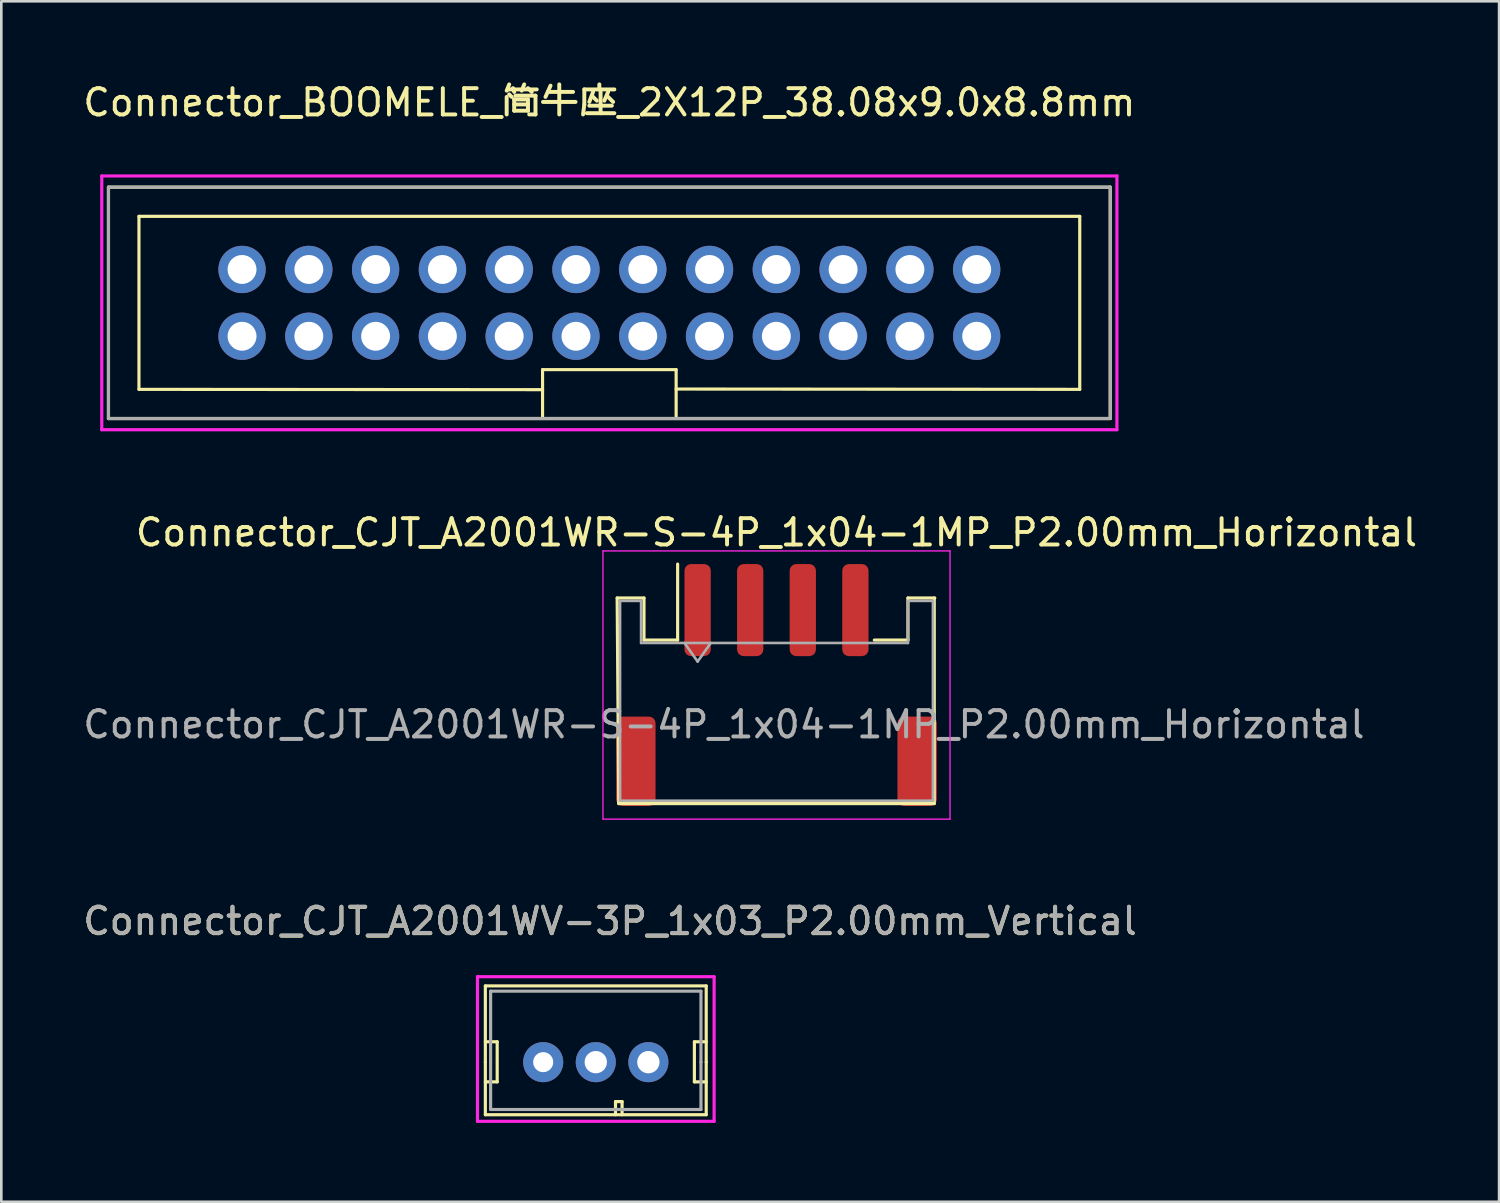
<source format=kicad_pcb>
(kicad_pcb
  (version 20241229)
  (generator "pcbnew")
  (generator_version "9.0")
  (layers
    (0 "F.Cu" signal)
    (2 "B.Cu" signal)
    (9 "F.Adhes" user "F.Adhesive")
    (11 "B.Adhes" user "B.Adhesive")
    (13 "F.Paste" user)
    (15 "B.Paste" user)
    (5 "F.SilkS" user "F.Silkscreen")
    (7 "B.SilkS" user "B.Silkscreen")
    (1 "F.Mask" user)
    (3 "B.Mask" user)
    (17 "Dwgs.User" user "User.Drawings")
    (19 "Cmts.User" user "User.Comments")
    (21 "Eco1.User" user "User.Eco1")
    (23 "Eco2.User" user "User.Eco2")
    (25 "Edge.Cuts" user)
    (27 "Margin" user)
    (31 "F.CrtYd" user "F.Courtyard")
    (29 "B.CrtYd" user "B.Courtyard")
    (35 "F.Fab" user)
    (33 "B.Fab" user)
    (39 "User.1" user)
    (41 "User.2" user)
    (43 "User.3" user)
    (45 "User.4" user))
  (footprint "Connector_CJT_A2001WV-3P_1x03_P2.00mm_Vertical"
    (layer "F.Cu")
    (at 19.609 37.346)
    (property "Reference" "Connector_CJT_A2001WV-3P_1x03_P2.00mm_Vertical" (at 0.54 -5.36 0) (layer "F.SilkS") (effects (font (size 1 1) (thickness 0.15))))
    (attr through_hole)
    (fp_line (start -4.2 -2.9) (end -4.2 0) (stroke (width 0.12) (type solid)) (layer "F.SilkS"))
    (fp_line (start -4.2 0) (end -4.2 2) (stroke (width 0.12) (type solid)) (layer "F.SilkS"))
    (fp_line (start -4.2 0.75) (end -3.75 0.75) (stroke (width 0.12) (type solid)) (layer "F.SilkS"))
    (fp_line (start -4.2 2) (end 4.2 2) (stroke (width 0.12) (type solid)) (layer "F.SilkS"))
    (fp_line (start -3.75 -0.775) (end -4.2 -0.775) (stroke (width 0.12) (type solid)) (layer "F.SilkS"))
    (fp_line (start -3.75 0.75) (end -3.75 -0.775) (stroke (width 0.12) (type solid)) (layer "F.SilkS"))
    (fp_line (start 0.75 1.5) (end 1 1.5) (stroke (width 0.12) (type solid)) (layer "F.SilkS"))
    (fp_line (start 0.75 2) (end 0.75 1.5) (stroke (width 0.12) (type solid)) (layer "F.SilkS"))
    (fp_line (start 1 1.5) (end 1 2) (stroke (width 0.12) (type solid)) (layer "F.SilkS"))
    (fp_line (start 3.75 -0.775) (end 3.75 0.75) (stroke (width 0.12) (type solid)) (layer "F.SilkS"))
    (fp_line (start 3.75 0.75) (end 4.2 0.75) (stroke (width 0.12) (type solid)) (layer "F.SilkS"))
    (fp_line (start 4.2 -2.9) (end -4.2 -2.9) (stroke (width 0.12) (type solid)) (layer "F.SilkS"))
    (fp_line (start 4.2 -0.775) (end 3.75 -0.775) (stroke (width 0.12) (type solid)) (layer "F.SilkS"))
    (fp_line (start 4.2 0) (end 4.2 -2.9) (stroke (width 0.12) (type solid)) (layer "F.SilkS"))
    (fp_line (start 4.2 2) (end 4.2 0) (stroke (width 0.12) (type solid)) (layer "F.SilkS"))
    (fp_line (start -4.5 -3.25) (end -4.5 2.25) (stroke (width 0.12) (type solid)) (layer "F.CrtYd"))
    (fp_line (start -4.5 2.25) (end 4.5 2.25) (stroke (width 0.12) (type solid)) (layer "F.CrtYd"))
    (fp_line (start 4.5 -3.25) (end -4.5 -3.25) (stroke (width 0.12) (type solid)) (layer "F.CrtYd"))
    (fp_line (start 4.5 2.25) (end 4.5 -3.25) (stroke (width 0.12) (type solid)) (layer "F.CrtYd"))
    (fp_line (start -4 -2.7) (end -4 0) (stroke (width 0.12) (type solid)) (layer "F.Fab"))
    (fp_line (start -4 1.8) (end -4 0) (stroke (width 0.12) (type solid)) (layer "F.Fab"))
    (fp_line (start -4 1.8) (end 4 1.8) (stroke (width 0.12) (type solid)) (layer "F.Fab"))
    (fp_line (start 4 -2.7) (end -4 -2.7) (stroke (width 0.12) (type solid)) (layer "F.Fab"))
    (fp_line (start 4 0) (end 4 -2.7) (stroke (width 0.12) (type solid)) (layer "F.Fab"))
    (fp_line (start 4 1.8) (end 4 0) (stroke (width 0.12) (type solid)) (layer "F.Fab"))
    (fp_text user "${REFERENCE}" (at 0.54 -5.37 0) (layer "F.Fab") (effects (font (size 1 1) (thickness 0.15))))
    (pad "1" thru_hole circle (at 2 0) (size 1.524 1.524) (drill 0.85) (layers "*.Cu" "*.Mask"))
    (pad "2" thru_hole circle (at 0 0) (size 1.524 1.524) (drill 0.85) (layers "*.Cu" "*.Mask"))
    (pad "3" thru_hole circle (at -2 0) (size 1.524 1.524) (drill 0.762) (layers "*.Cu" "*.Mask")))
  (footprint "Connector_BOOMELE_简牛座_2X12P_38.08x9.0x8.8mm"
    (layer "F.Cu")
    (at 20.125 8.468)
    (property "Reference" "Connector_BOOMELE_简牛座_2X12P_38.08x9.0x8.8mm" (at 0 -7.62 0) (layer "F.SilkS") (effects (font (size 1 1) (thickness 0.15))))
    (attr through_hole)
    (fp_line (start -19.05 -4.4) (end -19.05 4.4) (stroke (width 0.12) (type solid)) (layer "F.SilkS"))
    (fp_line (start -17.89 -3.29) (end -17.89 3.29) (stroke (width 0.12) (type solid)) (layer "F.SilkS"))
    (fp_line (start -2.54 2.54) (end 2.54 2.54) (stroke (width 0.12) (type solid)) (layer "F.SilkS"))
    (fp_line (start -2.54 3.302) (end -17.89 3.29) (stroke (width 0.12) (type solid)) (layer "F.SilkS"))
    (fp_line (start -2.54 4.318) (end -2.54 2.54) (stroke (width 0.12) (type solid)) (layer "F.SilkS"))
    (fp_line (start 2.54 2.54) (end 2.54 4.318) (stroke (width 0.12) (type solid)) (layer "F.SilkS"))
    (fp_line (start 17.89 -3.29) (end -17.89 -3.29) (stroke (width 0.12) (type solid)) (layer "F.SilkS"))
    (fp_line (start 17.89 -3.29) (end 17.89 3.29) (stroke (width 0.12) (type solid)) (layer "F.SilkS"))
    (fp_line (start 17.89 3.29) (end 2.54 3.278) (stroke (width 0.12) (type solid)) (layer "F.SilkS"))
    (fp_line (start 19.05 -4.4) (end -19.04 -4.4) (stroke (width 0.12) (type solid)) (layer "F.SilkS"))
    (fp_line (start 19.05 -4.4) (end 19.05 4.4) (stroke (width 0.12) (type solid)) (layer "F.SilkS"))
    (fp_line (start 19.05 4.4) (end -19.05 4.4) (stroke (width 0.12) (type solid)) (layer "F.SilkS"))
    (fp_line (start -19.304 -4.826) (end 19.304 -4.826) (stroke (width 0.12) (type solid)) (layer "F.CrtYd"))
    (fp_line (start -19.304 4.826) (end -19.304 -4.826) (stroke (width 0.12) (type solid)) (layer "F.CrtYd"))
    (fp_line (start 19.304 -4.826) (end 19.304 4.826) (stroke (width 0.12) (type solid)) (layer "F.CrtYd"))
    (fp_line (start 19.304 4.826) (end -19.304 4.826) (stroke (width 0.12) (type solid)) (layer "F.CrtYd"))
    (fp_line (start -19.05 -4.4) (end -19.05 4.4) (stroke (width 0.12) (type solid)) (layer "F.Fab"))
    (fp_line (start -19.05 4.4) (end 19.05 4.4) (stroke (width 0.12) (type solid)) (layer "F.Fab"))
    (fp_line (start 19.05 -4.4) (end -19.05 -4.4) (stroke (width 0.12) (type solid)) (layer "F.Fab"))
    (fp_line (start 19.05 4.4) (end 19.05 -4.4) (stroke (width 0.12) (type solid)) (layer "F.Fab"))
    (pad "1" thru_hole circle (at -13.97 1.27) (size 1.8 1.8) (drill 1.1) (layers "*.Cu" "*.Mask"))
    (pad "2" thru_hole circle (at -13.97 -1.27) (size 1.8 1.8) (drill 1.1) (layers "*.Cu" "*.Mask"))
    (pad "3" thru_hole circle (at -11.43 1.27) (size 1.8 1.8) (drill 1.1) (layers "*.Cu" "*.Mask"))
    (pad "4" thru_hole circle (at -11.43 -1.27) (size 1.8 1.8) (drill 1.1) (layers "*.Cu" "*.Mask"))
    (pad "5" thru_hole circle (at -8.89 1.27) (size 1.8 1.8) (drill 1.1) (layers "*.Cu" "*.Mask"))
    (pad "6" thru_hole circle (at -8.89 -1.27) (size 1.8 1.8) (drill 1.1) (layers "*.Cu" "*.Mask"))
    (pad "7" thru_hole circle (at -6.35 1.27) (size 1.8 1.8) (drill 1.1) (layers "*.Cu" "*.Mask"))
    (pad "8" thru_hole circle (at -6.35 -1.27) (size 1.8 1.8) (drill 1.1) (layers "*.Cu" "*.Mask"))
    (pad "9" thru_hole circle (at -3.81 1.27) (size 1.8 1.8) (drill 1.1) (layers "*.Cu" "*.Mask"))
    (pad "10" thru_hole circle (at -3.81 -1.27) (size 1.8 1.8) (drill 1.1) (layers "*.Cu" "*.Mask"))
    (pad "11" thru_hole circle (at -1.27 1.27) (size 1.8 1.8) (drill 1.1) (layers "*.Cu" "*.Mask"))
    (pad "12" thru_hole circle (at -1.27 -1.27) (size 1.8 1.8) (drill 1.1) (layers "*.Cu" "*.Mask"))
    (pad "13" thru_hole circle (at 1.27 1.27) (size 1.8 1.8) (drill 1.1) (layers "*.Cu" "*.Mask"))
    (pad "14" thru_hole circle (at 1.27 -1.27) (size 1.8 1.8) (drill 1.1) (layers "*.Cu" "*.Mask"))
    (pad "15" thru_hole circle (at 3.81 1.27) (size 1.8 1.8) (drill 1.1) (layers "*.Cu" "*.Mask"))
    (pad "16" thru_hole circle (at 3.81 -1.27) (size 1.8 1.8) (drill 1.1) (layers "*.Cu" "*.Mask"))
    (pad "17" thru_hole circle (at 6.35 1.27) (size 1.8 1.8) (drill 1.1) (layers "*.Cu" "*.Mask"))
    (pad "18" thru_hole circle (at 6.35 -1.27) (size 1.8 1.8) (drill 1.1) (layers "*.Cu" "*.Mask"))
    (pad "19" thru_hole circle (at 8.89 1.27) (size 1.8 1.8) (drill 1.1) (layers "*.Cu" "*.Mask"))
    (pad "20" thru_hole circle (at 8.89 -1.27) (size 1.8 1.8) (drill 1.1) (layers "*.Cu" "*.Mask"))
    (pad "21" thru_hole circle (at 11.43 1.27) (size 1.8 1.8) (drill 1.1) (layers "*.Cu" "*.Mask"))
    (pad "22" thru_hole circle (at 11.43 -1.27) (size 1.8 1.8) (drill 1.1) (layers "*.Cu" "*.Mask"))
    (pad "23" thru_hole circle (at 13.97 1.27) (size 1.8 1.8) (drill 1.1) (layers "*.Cu" "*.Mask"))
    (pad "24" thru_hole circle (at 13.97 -1.27) (size 1.8 1.8) (drill 1.1) (layers "*.Cu" "*.Mask")))
  (footprint "Connector_CJT_A2001WR-S-4P_1x04-1MP_P2.00mm_Horizontal"
    (layer "F.Cu")
    (at 26.482 23.003)
    (property "Reference" "Connector_CJT_A2001WR-S-4P_1x04-1MP_P2.00mm_Horizontal" (at 0 -5.8 0) (layer "F.SilkS") (effects (font (size 1 1) (thickness 0.15))))
    (attr smd)
    (fp_line (start -6.06 -3.31) (end -5.04 -3.31) (stroke (width 0.12) (type solid)) (layer "F.SilkS"))
    (fp_line (start -6 4.51) (end -6.06 -3.31) (stroke (width 0.12) (type solid)) (layer "F.SilkS"))
    (fp_line (start -6 4.51) (end 6 4.51) (stroke (width 0.12) (type solid)) (layer "F.SilkS"))
    (fp_line (start -5.04 -3.31) (end -5.04 -1.71) (stroke (width 0.12) (type solid)) (layer "F.SilkS"))
    (fp_line (start -5.04 -1.71) (end -3.76 -1.71) (stroke (width 0.12) (type solid)) (layer "F.SilkS"))
    (fp_line (start -3.76 -1.71) (end -3.76 -4.6) (stroke (width 0.12) (type solid)) (layer "F.SilkS"))
    (fp_line (start 3.72 -1.71) (end 5 -1.71) (stroke (width 0.12) (type solid)) (layer "F.SilkS"))
    (fp_line (start 5 -3.31) (end 5 -1.71) (stroke (width 0.12) (type solid)) (layer "F.SilkS"))
    (fp_line (start 6 4.51) (end 6 -3.31) (stroke (width 0.12) (type solid)) (layer "F.SilkS"))
    (fp_line (start 6.02 -3.31) (end 5 -3.31) (stroke (width 0.12) (type solid)) (layer "F.SilkS"))
    (fp_line (start -6.6 -5.1) (end -6.6 5.1) (stroke (width 0.05) (type solid)) (layer "F.CrtYd"))
    (fp_line (start -6.6 5.1) (end 6.6 5.1) (stroke (width 0.05) (type solid)) (layer "F.CrtYd"))
    (fp_line (start 6.6 -5.1) (end -6.6 -5.1) (stroke (width 0.05) (type solid)) (layer "F.CrtYd"))
    (fp_line (start 6.6 5.1) (end 6.6 -5.1) (stroke (width 0.05) (type solid)) (layer "F.CrtYd"))
    (fp_line (start -5.95 -3.2) (end -5.95 4.4) (stroke (width 0.1) (type solid)) (layer "F.Fab"))
    (fp_line (start -5.95 -3.2) (end -5.15 -3.2) (stroke (width 0.1) (type solid)) (layer "F.Fab"))
    (fp_line (start -5.95 4.4) (end 5.95 4.4) (stroke (width 0.1) (type solid)) (layer "F.Fab"))
    (fp_line (start -5.15 -3.2) (end -5.15 -1.6) (stroke (width 0.1) (type solid)) (layer "F.Fab"))
    (fp_line (start -5.15 -1.6) (end 5 -1.6) (stroke (width 0.1) (type solid)) (layer "F.Fab"))
    (fp_line (start -3.5 -1.6) (end -3 -0.893) (stroke (width 0.1) (type solid)) (layer "F.Fab"))
    (fp_line (start -3 -0.893) (end -2.5 -1.6) (stroke (width 0.1) (type solid)) (layer "F.Fab"))
    (fp_line (start 5 -3.2) (end 5.95 -3.2) (stroke (width 0.1) (type solid)) (layer "F.Fab"))
    (fp_line (start 5 -1.6) (end 5 -3.2) (stroke (width 0.1) (type solid)) (layer "F.Fab"))
    (fp_line (start 5.95 -3.2) (end 5.95 4.4) (stroke (width 0.1) (type solid)) (layer "F.Fab"))
    (fp_text user "${REFERENCE}" (at -2 1.5 0) (layer "F.Fab") (effects (font (size 1 1) (thickness 0.15))))
    (pad "1" smd roundrect (at -3 -2.85) (size 1 3.5) (layers "F.Cu" "F.Mask" "F.Paste") (roundrect_rratio 0.25))
    (pad "2" smd roundrect (at -1 -2.85) (size 1 3.5) (layers "F.Cu" "F.Mask" "F.Paste") (roundrect_rratio 0.25))
    (pad "3" smd roundrect (at 1 -2.85) (size 1 3.5) (layers "F.Cu" "F.Mask" "F.Paste") (roundrect_rratio 0.25))
    (pad "4" smd roundrect (at 3 -2.85) (size 1 3.5) (layers "F.Cu" "F.Mask" "F.Paste") (roundrect_rratio 0.25))
    (pad "MP" smd roundrect (at -5.35 2.9) (size 1.5 3.4) (layers "F.Cu" "F.Mask" "F.Paste") (roundrect_rratio 0.167))
    (pad "MP" smd roundrect (at 5.35 2.9) (size 1.5 3.4) (layers "F.Cu" "F.Mask" "F.Paste") (roundrect_rratio 0.167)))
  (gr_rect
    (start -3 -3)
    (end 53.964 42.656)
    (stroke (width 0.1) (type default))
    (fill no)
    (layer "Edge.Cuts")))
</source>
